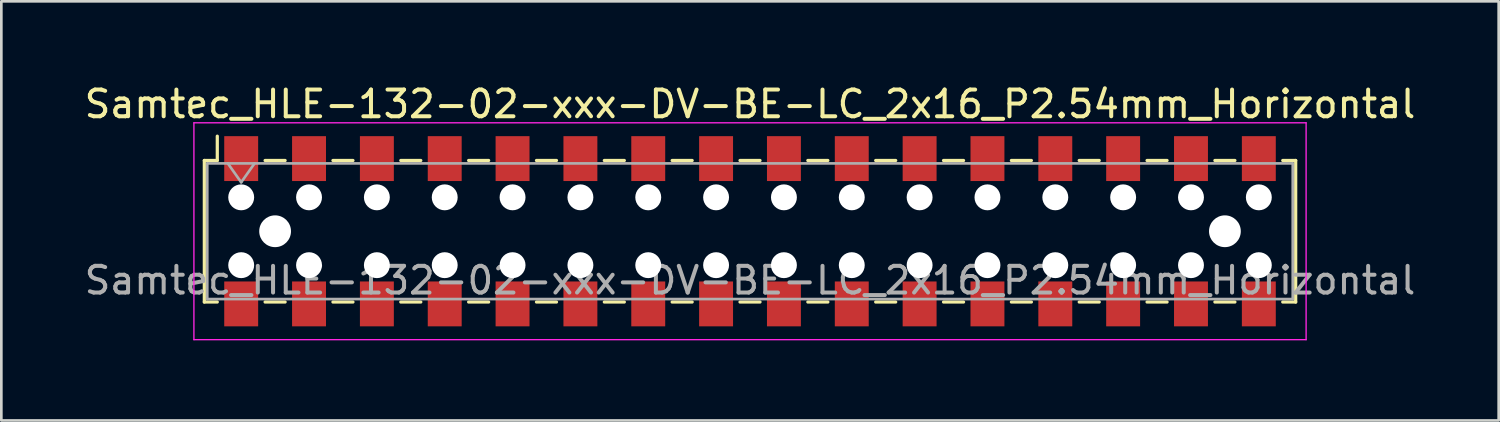
<source format=kicad_pcb>
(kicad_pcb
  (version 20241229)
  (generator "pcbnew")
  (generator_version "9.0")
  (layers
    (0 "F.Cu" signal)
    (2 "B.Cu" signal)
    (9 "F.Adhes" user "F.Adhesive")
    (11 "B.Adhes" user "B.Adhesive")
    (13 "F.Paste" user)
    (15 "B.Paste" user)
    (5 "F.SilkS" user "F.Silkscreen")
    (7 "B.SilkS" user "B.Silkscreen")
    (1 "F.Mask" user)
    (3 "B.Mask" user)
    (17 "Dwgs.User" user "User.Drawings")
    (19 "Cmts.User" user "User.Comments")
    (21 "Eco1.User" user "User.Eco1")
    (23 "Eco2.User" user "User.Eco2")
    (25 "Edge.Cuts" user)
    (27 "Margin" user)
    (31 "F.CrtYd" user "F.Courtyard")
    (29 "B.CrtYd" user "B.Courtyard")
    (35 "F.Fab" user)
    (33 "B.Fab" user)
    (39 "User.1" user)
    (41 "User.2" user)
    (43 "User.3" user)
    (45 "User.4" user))
  (footprint "Samtec_HLE-132-02-xxx-DV-BE-LC_2x16_P2.54mm_Horizontal"
    (layer "F.Cu")
    (at 25.03 5.608)
    (property "Reference" "Samtec_HLE-132-02-xxx-DV-BE-LC_2x16_P2.54mm_Horizontal" (at 0 -4.76 0) (layer "F.SilkS") (effects (font (size 1 1) (thickness 0.15))))
    (attr smd)
    (fp_line (start -20.43 -2.65) (end -20.43 2.65) (stroke (width 0.12) (type solid)) (layer "F.SilkS"))
    (fp_line (start -20.43 2.65) (end -19.945 2.65) (stroke (width 0.12) (type solid)) (layer "F.SilkS"))
    (fp_line (start -19.945 -3.56) (end -19.945 -2.65) (stroke (width 0.12) (type solid)) (layer "F.SilkS"))
    (fp_line (start -19.945 -2.65) (end -20.43 -2.65) (stroke (width 0.12) (type solid)) (layer "F.SilkS"))
    (fp_line (start -18.155 -2.65) (end -17.405 -2.65) (stroke (width 0.12) (type solid)) (layer "F.SilkS"))
    (fp_line (start -18.155 2.65) (end -17.405 2.65) (stroke (width 0.12) (type solid)) (layer "F.SilkS"))
    (fp_line (start -15.615 -2.65) (end -14.865 -2.65) (stroke (width 0.12) (type solid)) (layer "F.SilkS"))
    (fp_line (start -15.615 2.65) (end -14.865 2.65) (stroke (width 0.12) (type solid)) (layer "F.SilkS"))
    (fp_line (start -13.075 -2.65) (end -12.325 -2.65) (stroke (width 0.12) (type solid)) (layer "F.SilkS"))
    (fp_line (start -13.075 2.65) (end -12.325 2.65) (stroke (width 0.12) (type solid)) (layer "F.SilkS"))
    (fp_line (start -10.535 -2.65) (end -9.785 -2.65) (stroke (width 0.12) (type solid)) (layer "F.SilkS"))
    (fp_line (start -10.535 2.65) (end -9.785 2.65) (stroke (width 0.12) (type solid)) (layer "F.SilkS"))
    (fp_line (start -7.995 -2.65) (end -7.245 -2.65) (stroke (width 0.12) (type solid)) (layer "F.SilkS"))
    (fp_line (start -7.995 2.65) (end -7.245 2.65) (stroke (width 0.12) (type solid)) (layer "F.SilkS"))
    (fp_line (start -5.455 -2.65) (end -4.705 -2.65) (stroke (width 0.12) (type solid)) (layer "F.SilkS"))
    (fp_line (start -5.455 2.65) (end -4.705 2.65) (stroke (width 0.12) (type solid)) (layer "F.SilkS"))
    (fp_line (start -2.915 -2.65) (end -2.165 -2.65) (stroke (width 0.12) (type solid)) (layer "F.SilkS"))
    (fp_line (start -2.915 2.65) (end -2.165 2.65) (stroke (width 0.12) (type solid)) (layer "F.SilkS"))
    (fp_line (start -0.375 -2.65) (end 0.375 -2.65) (stroke (width 0.12) (type solid)) (layer "F.SilkS"))
    (fp_line (start -0.375 2.65) (end 0.375 2.65) (stroke (width 0.12) (type solid)) (layer "F.SilkS"))
    (fp_line (start 2.165 -2.65) (end 2.915 -2.65) (stroke (width 0.12) (type solid)) (layer "F.SilkS"))
    (fp_line (start 2.165 2.65) (end 2.915 2.65) (stroke (width 0.12) (type solid)) (layer "F.SilkS"))
    (fp_line (start 4.705 -2.65) (end 5.455 -2.65) (stroke (width 0.12) (type solid)) (layer "F.SilkS"))
    (fp_line (start 4.705 2.65) (end 5.455 2.65) (stroke (width 0.12) (type solid)) (layer "F.SilkS"))
    (fp_line (start 7.245 -2.65) (end 7.995 -2.65) (stroke (width 0.12) (type solid)) (layer "F.SilkS"))
    (fp_line (start 7.245 2.65) (end 7.995 2.65) (stroke (width 0.12) (type solid)) (layer "F.SilkS"))
    (fp_line (start 9.785 -2.65) (end 10.535 -2.65) (stroke (width 0.12) (type solid)) (layer "F.SilkS"))
    (fp_line (start 9.785 2.65) (end 10.535 2.65) (stroke (width 0.12) (type solid)) (layer "F.SilkS"))
    (fp_line (start 12.325 -2.65) (end 13.075 -2.65) (stroke (width 0.12) (type solid)) (layer "F.SilkS"))
    (fp_line (start 12.325 2.65) (end 13.075 2.65) (stroke (width 0.12) (type solid)) (layer "F.SilkS"))
    (fp_line (start 14.865 -2.65) (end 15.615 -2.65) (stroke (width 0.12) (type solid)) (layer "F.SilkS"))
    (fp_line (start 14.865 2.65) (end 15.615 2.65) (stroke (width 0.12) (type solid)) (layer "F.SilkS"))
    (fp_line (start 17.405 -2.65) (end 18.155 -2.65) (stroke (width 0.12) (type solid)) (layer "F.SilkS"))
    (fp_line (start 17.405 2.65) (end 18.155 2.65) (stroke (width 0.12) (type solid)) (layer "F.SilkS"))
    (fp_line (start 19.945 -2.65) (end 20.43 -2.65) (stroke (width 0.12) (type solid)) (layer "F.SilkS"))
    (fp_line (start 20.43 -2.65) (end 20.43 2.65) (stroke (width 0.12) (type solid)) (layer "F.SilkS"))
    (fp_line (start 20.43 2.65) (end 19.945 2.65) (stroke (width 0.12) (type solid)) (layer "F.SilkS"))
    (fp_line (start -20.82 -4.06) (end 20.82 -4.06) (stroke (width 0.05) (type solid)) (layer "F.CrtYd"))
    (fp_line (start -20.82 4.06) (end -20.82 -4.06) (stroke (width 0.05) (type solid)) (layer "F.CrtYd"))
    (fp_line (start 20.82 -4.06) (end 20.82 4.06) (stroke (width 0.05) (type solid)) (layer "F.CrtYd"))
    (fp_line (start 20.82 4.06) (end -20.82 4.06) (stroke (width 0.05) (type solid)) (layer "F.CrtYd"))
    (fp_line (start -20.32 -2.54) (end 20.32 -2.54) (stroke (width 0.1) (type solid)) (layer "F.Fab"))
    (fp_line (start -20.32 2.54) (end -20.32 -2.54) (stroke (width 0.1) (type solid)) (layer "F.Fab"))
    (fp_line (start -19.55 -2.54) (end -19.05 -1.833) (stroke (width 0.1) (type solid)) (layer "F.Fab"))
    (fp_line (start -19.05 -1.833) (end -18.55 -2.54) (stroke (width 0.1) (type solid)) (layer "F.Fab"))
    (fp_line (start 20.32 -2.54) (end 20.32 2.54) (stroke (width 0.1) (type solid)) (layer "F.Fab"))
    (fp_line (start 20.32 2.54) (end -20.32 2.54) (stroke (width 0.1) (type solid)) (layer "F.Fab"))
    (fp_text user "${REFERENCE}" (at 0 1.84 0) (layer "F.Fab") (effects (font (size 1 1) (thickness 0.15))))
    (pad "" np_thru_hole circle (at -19.05 -1.27) (size 0.97 0.97) (drill 0.97) (layers "*.Cu" "*.Mask"))
    (pad "" np_thru_hole circle (at -19.05 1.27) (size 0.97 0.97) (drill 0.97) (layers "*.Cu" "*.Mask"))
    (pad "" np_thru_hole circle (at -17.78 0) (size 1.19 1.19) (drill 1.19) (layers "*.Cu" "*.Mask"))
    (pad "" np_thru_hole circle (at -16.51 -1.27) (size 0.97 0.97) (drill 0.97) (layers "*.Cu" "*.Mask"))
    (pad "" np_thru_hole circle (at -16.51 1.27) (size 0.97 0.97) (drill 0.97) (layers "*.Cu" "*.Mask"))
    (pad "" np_thru_hole circle (at -13.97 -1.27) (size 0.97 0.97) (drill 0.97) (layers "*.Cu" "*.Mask"))
    (pad "" np_thru_hole circle (at -13.97 1.27) (size 0.97 0.97) (drill 0.97) (layers "*.Cu" "*.Mask"))
    (pad "" np_thru_hole circle (at -11.43 -1.27) (size 0.97 0.97) (drill 0.97) (layers "*.Cu" "*.Mask"))
    (pad "" np_thru_hole circle (at -11.43 1.27) (size 0.97 0.97) (drill 0.97) (layers "*.Cu" "*.Mask"))
    (pad "" np_thru_hole circle (at -8.89 -1.27) (size 0.97 0.97) (drill 0.97) (layers "*.Cu" "*.Mask"))
    (pad "" np_thru_hole circle (at -8.89 1.27) (size 0.97 0.97) (drill 0.97) (layers "*.Cu" "*.Mask"))
    (pad "" np_thru_hole circle (at -6.35 -1.27) (size 0.97 0.97) (drill 0.97) (layers "*.Cu" "*.Mask"))
    (pad "" np_thru_hole circle (at -6.35 1.27) (size 0.97 0.97) (drill 0.97) (layers "*.Cu" "*.Mask"))
    (pad "" np_thru_hole circle (at -3.81 -1.27) (size 0.97 0.97) (drill 0.97) (layers "*.Cu" "*.Mask"))
    (pad "" np_thru_hole circle (at -3.81 1.27) (size 0.97 0.97) (drill 0.97) (layers "*.Cu" "*.Mask"))
    (pad "" np_thru_hole circle (at -1.27 -1.27) (size 0.97 0.97) (drill 0.97) (layers "*.Cu" "*.Mask"))
    (pad "" np_thru_hole circle (at -1.27 1.27) (size 0.97 0.97) (drill 0.97) (layers "*.Cu" "*.Mask"))
    (pad "" np_thru_hole circle (at 1.27 -1.27) (size 0.97 0.97) (drill 0.97) (layers "*.Cu" "*.Mask"))
    (pad "" np_thru_hole circle (at 1.27 1.27) (size 0.97 0.97) (drill 0.97) (layers "*.Cu" "*.Mask"))
    (pad "" np_thru_hole circle (at 3.81 -1.27) (size 0.97 0.97) (drill 0.97) (layers "*.Cu" "*.Mask"))
    (pad "" np_thru_hole circle (at 3.81 1.27) (size 0.97 0.97) (drill 0.97) (layers "*.Cu" "*.Mask"))
    (pad "" np_thru_hole circle (at 6.35 -1.27) (size 0.97 0.97) (drill 0.97) (layers "*.Cu" "*.Mask"))
    (pad "" np_thru_hole circle (at 6.35 1.27) (size 0.97 0.97) (drill 0.97) (layers "*.Cu" "*.Mask"))
    (pad "" np_thru_hole circle (at 8.89 -1.27) (size 0.97 0.97) (drill 0.97) (layers "*.Cu" "*.Mask"))
    (pad "" np_thru_hole circle (at 8.89 1.27) (size 0.97 0.97) (drill 0.97) (layers "*.Cu" "*.Mask"))
    (pad "" np_thru_hole circle (at 11.43 -1.27) (size 0.97 0.97) (drill 0.97) (layers "*.Cu" "*.Mask"))
    (pad "" np_thru_hole circle (at 11.43 1.27) (size 0.97 0.97) (drill 0.97) (layers "*.Cu" "*.Mask"))
    (pad "" np_thru_hole circle (at 13.97 -1.27) (size 0.97 0.97) (drill 0.97) (layers "*.Cu" "*.Mask"))
    (pad "" np_thru_hole circle (at 13.97 1.27) (size 0.97 0.97) (drill 0.97) (layers "*.Cu" "*.Mask"))
    (pad "" np_thru_hole circle (at 16.51 -1.27) (size 0.97 0.97) (drill 0.97) (layers "*.Cu" "*.Mask"))
    (pad "" np_thru_hole circle (at 16.51 1.27) (size 0.97 0.97) (drill 0.97) (layers "*.Cu" "*.Mask"))
    (pad "" np_thru_hole circle (at 17.78 0) (size 1.19 1.19) (drill 1.19) (layers "*.Cu" "*.Mask"))
    (pad "" np_thru_hole circle (at 19.05 -1.27) (size 0.97 0.97) (drill 0.97) (layers "*.Cu" "*.Mask"))
    (pad "" np_thru_hole circle (at 19.05 1.27) (size 0.97 0.97) (drill 0.97) (layers "*.Cu" "*.Mask"))
    (pad "1" smd rect (at -19.05 -2.72) (size 1.27 1.68) (layers "F.Cu" "F.Mask" "F.Paste"))
    (pad "2" smd rect (at -19.05 2.72) (size 1.27 1.68) (layers "F.Cu" "F.Mask" "F.Paste"))
    (pad "3" smd rect (at -16.51 -2.72) (size 1.27 1.68) (layers "F.Cu" "F.Mask" "F.Paste"))
    (pad "4" smd rect (at -16.51 2.72) (size 1.27 1.68) (layers "F.Cu" "F.Mask" "F.Paste"))
    (pad "5" smd rect (at -13.97 -2.72) (size 1.27 1.68) (layers "F.Cu" "F.Mask" "F.Paste"))
    (pad "6" smd rect (at -13.97 2.72) (size 1.27 1.68) (layers "F.Cu" "F.Mask" "F.Paste"))
    (pad "7" smd rect (at -11.43 -2.72) (size 1.27 1.68) (layers "F.Cu" "F.Mask" "F.Paste"))
    (pad "8" smd rect (at -11.43 2.72) (size 1.27 1.68) (layers "F.Cu" "F.Mask" "F.Paste"))
    (pad "9" smd rect (at -8.89 -2.72) (size 1.27 1.68) (layers "F.Cu" "F.Mask" "F.Paste"))
    (pad "10" smd rect (at -8.89 2.72) (size 1.27 1.68) (layers "F.Cu" "F.Mask" "F.Paste"))
    (pad "11" smd rect (at -6.35 -2.72) (size 1.27 1.68) (layers "F.Cu" "F.Mask" "F.Paste"))
    (pad "12" smd rect (at -6.35 2.72) (size 1.27 1.68) (layers "F.Cu" "F.Mask" "F.Paste"))
    (pad "13" smd rect (at -3.81 -2.72) (size 1.27 1.68) (layers "F.Cu" "F.Mask" "F.Paste"))
    (pad "14" smd rect (at -3.81 2.72) (size 1.27 1.68) (layers "F.Cu" "F.Mask" "F.Paste"))
    (pad "15" smd rect (at -1.27 -2.72) (size 1.27 1.68) (layers "F.Cu" "F.Mask" "F.Paste"))
    (pad "16" smd rect (at -1.27 2.72) (size 1.27 1.68) (layers "F.Cu" "F.Mask" "F.Paste"))
    (pad "17" smd rect (at 1.27 -2.72) (size 1.27 1.68) (layers "F.Cu" "F.Mask" "F.Paste"))
    (pad "18" smd rect (at 1.27 2.72) (size 1.27 1.68) (layers "F.Cu" "F.Mask" "F.Paste"))
    (pad "19" smd rect (at 3.81 -2.72) (size 1.27 1.68) (layers "F.Cu" "F.Mask" "F.Paste"))
    (pad "20" smd rect (at 3.81 2.72) (size 1.27 1.68) (layers "F.Cu" "F.Mask" "F.Paste"))
    (pad "21" smd rect (at 6.35 -2.72) (size 1.27 1.68) (layers "F.Cu" "F.Mask" "F.Paste"))
    (pad "22" smd rect (at 6.35 2.72) (size 1.27 1.68) (layers "F.Cu" "F.Mask" "F.Paste"))
    (pad "23" smd rect (at 8.89 -2.72) (size 1.27 1.68) (layers "F.Cu" "F.Mask" "F.Paste"))
    (pad "24" smd rect (at 8.89 2.72) (size 1.27 1.68) (layers "F.Cu" "F.Mask" "F.Paste"))
    (pad "25" smd rect (at 11.43 -2.72) (size 1.27 1.68) (layers "F.Cu" "F.Mask" "F.Paste"))
    (pad "26" smd rect (at 11.43 2.72) (size 1.27 1.68) (layers "F.Cu" "F.Mask" "F.Paste"))
    (pad "27" smd rect (at 13.97 -2.72) (size 1.27 1.68) (layers "F.Cu" "F.Mask" "F.Paste"))
    (pad "28" smd rect (at 13.97 2.72) (size 1.27 1.68) (layers "F.Cu" "F.Mask" "F.Paste"))
    (pad "29" smd rect (at 16.51 -2.72) (size 1.27 1.68) (layers "F.Cu" "F.Mask" "F.Paste"))
    (pad "30" smd rect (at 16.51 2.72) (size 1.27 1.68) (layers "F.Cu" "F.Mask" "F.Paste"))
    (pad "31" smd rect (at 19.05 -2.72) (size 1.27 1.68) (layers "F.Cu" "F.Mask" "F.Paste"))
    (pad "32" smd rect (at 19.05 2.72) (size 1.27 1.68) (layers "F.Cu" "F.Mask" "F.Paste")))
  (gr_rect
    (start -3 -3)
    (end 53.06 12.693)
    (stroke (width 0.1) (type default))
    (fill no)
    (layer "Edge.Cuts")))
</source>
